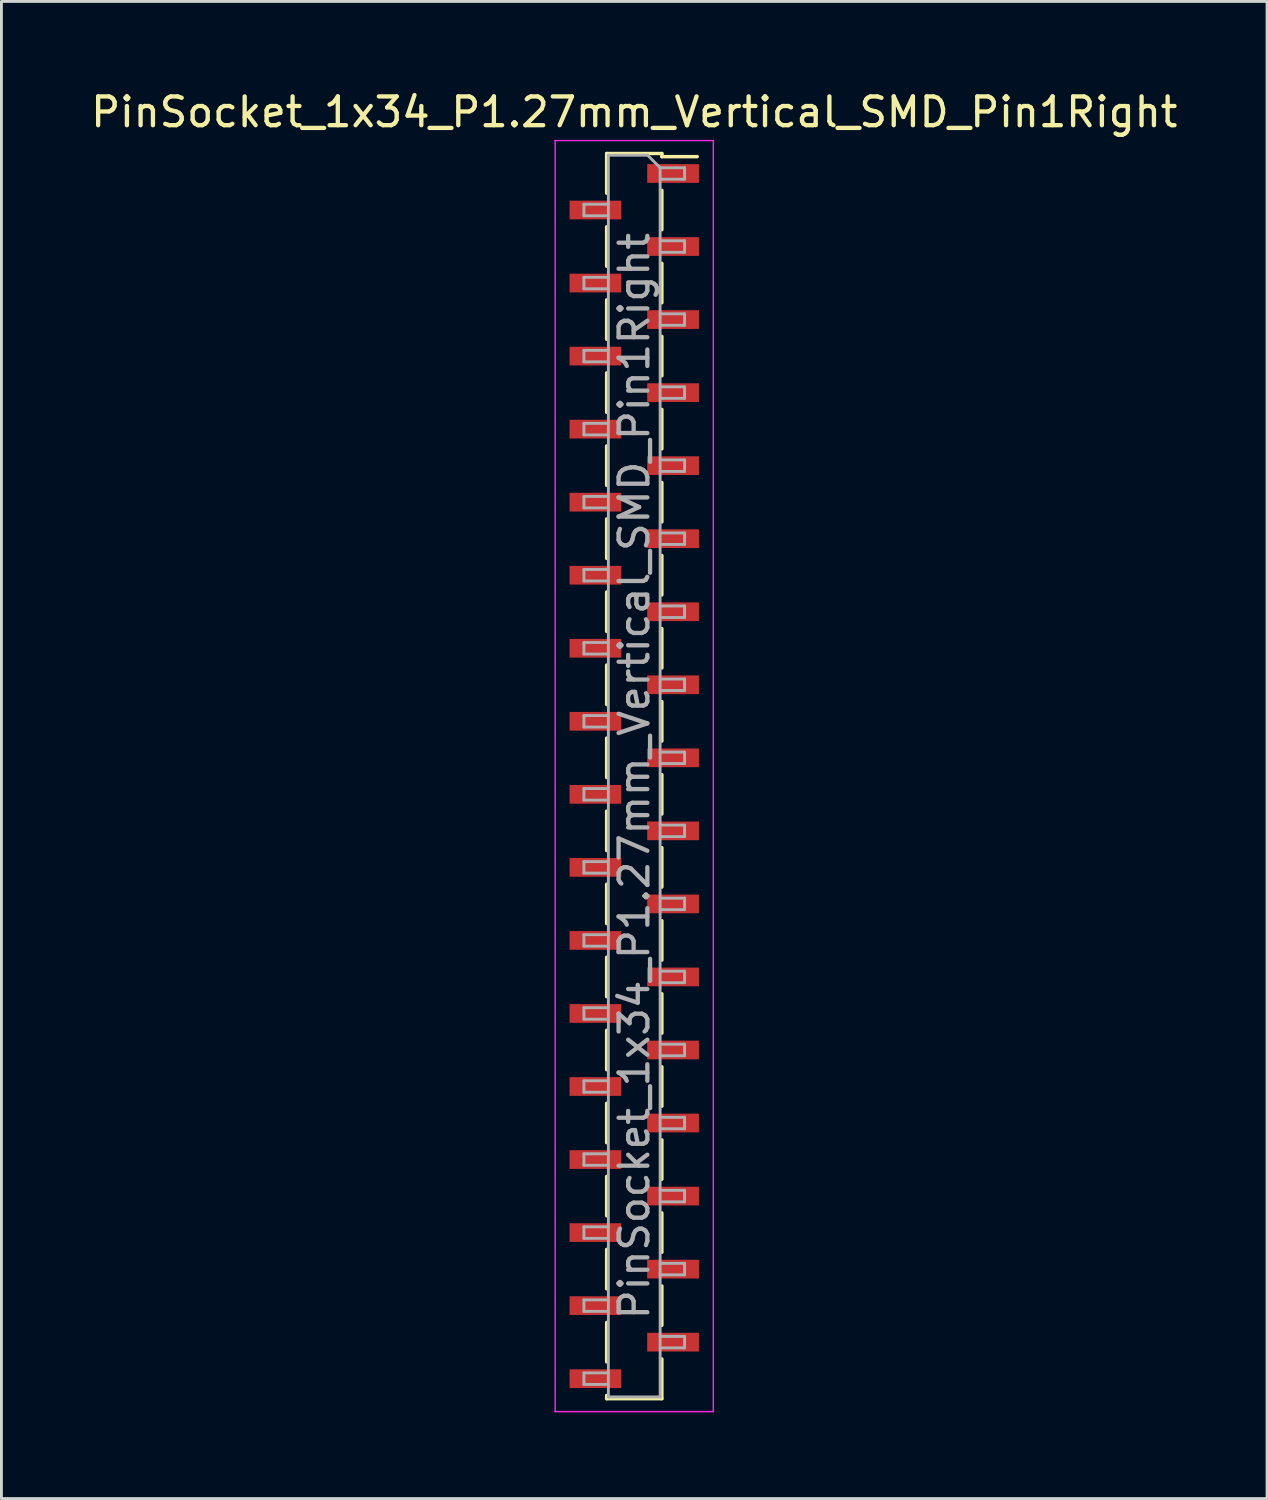
<source format=kicad_pcb>
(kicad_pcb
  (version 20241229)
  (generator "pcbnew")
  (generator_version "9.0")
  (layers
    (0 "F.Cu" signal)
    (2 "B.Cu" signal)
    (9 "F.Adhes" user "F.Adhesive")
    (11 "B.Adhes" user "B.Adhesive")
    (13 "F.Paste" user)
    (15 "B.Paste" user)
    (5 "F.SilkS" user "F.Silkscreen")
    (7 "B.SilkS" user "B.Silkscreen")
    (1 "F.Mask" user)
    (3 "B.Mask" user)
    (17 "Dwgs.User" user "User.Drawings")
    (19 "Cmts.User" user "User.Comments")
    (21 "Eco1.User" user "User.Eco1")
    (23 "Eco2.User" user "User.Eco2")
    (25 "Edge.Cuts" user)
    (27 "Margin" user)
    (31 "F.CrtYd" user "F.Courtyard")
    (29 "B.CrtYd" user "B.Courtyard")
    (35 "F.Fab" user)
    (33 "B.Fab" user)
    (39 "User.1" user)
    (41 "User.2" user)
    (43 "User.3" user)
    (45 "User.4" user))
  (footprint "PinSocket_1x34_P1.27mm_Vertical_SMD_Pin1Right"
    (layer "F.Cu")
    (at 19.006 23.938)
    (property "Reference" "PinSocket_1x34_P1.27mm_Vertical_SMD_Pin1Right" (at 0 -23.09 0) (layer "F.SilkS") (effects (font (size 1 1) (thickness 0.15))))
    (attr smd)
    (fp_line (start -0.96 -21.65) (end -0.96 -20.27) (stroke (width 0.12) (type solid)) (layer "F.SilkS"))
    (fp_line (start -0.96 -21.65) (end 0.96 -21.65) (stroke (width 0.12) (type solid)) (layer "F.SilkS"))
    (fp_line (start -0.96 -19.1) (end -0.96 -17.73) (stroke (width 0.12) (type solid)) (layer "F.SilkS"))
    (fp_line (start -0.96 -16.56) (end -0.96 -15.19) (stroke (width 0.12) (type solid)) (layer "F.SilkS"))
    (fp_line (start -0.96 -14.02) (end -0.96 -12.65) (stroke (width 0.12) (type solid)) (layer "F.SilkS"))
    (fp_line (start -0.96 -11.48) (end -0.96 -10.11) (stroke (width 0.12) (type solid)) (layer "F.SilkS"))
    (fp_line (start -0.96 -8.94) (end -0.96 -7.57) (stroke (width 0.12) (type solid)) (layer "F.SilkS"))
    (fp_line (start -0.96 -6.4) (end -0.96 -5.03) (stroke (width 0.12) (type solid)) (layer "F.SilkS"))
    (fp_line (start -0.96 -3.86) (end -0.96 -2.49) (stroke (width 0.12) (type solid)) (layer "F.SilkS"))
    (fp_line (start -0.96 -1.32) (end -0.96 0.05) (stroke (width 0.12) (type solid)) (layer "F.SilkS"))
    (fp_line (start -0.96 1.22) (end -0.96 2.59) (stroke (width 0.12) (type solid)) (layer "F.SilkS"))
    (fp_line (start -0.96 3.76) (end -0.96 5.13) (stroke (width 0.12) (type solid)) (layer "F.SilkS"))
    (fp_line (start -0.96 6.3) (end -0.96 7.67) (stroke (width 0.12) (type solid)) (layer "F.SilkS"))
    (fp_line (start -0.96 8.84) (end -0.96 10.21) (stroke (width 0.12) (type solid)) (layer "F.SilkS"))
    (fp_line (start -0.96 11.38) (end -0.96 12.75) (stroke (width 0.12) (type solid)) (layer "F.SilkS"))
    (fp_line (start -0.96 13.92) (end -0.96 15.29) (stroke (width 0.12) (type solid)) (layer "F.SilkS"))
    (fp_line (start -0.96 16.46) (end -0.96 17.83) (stroke (width 0.12) (type solid)) (layer "F.SilkS"))
    (fp_line (start -0.96 19) (end -0.96 20.37) (stroke (width 0.12) (type solid)) (layer "F.SilkS"))
    (fp_line (start -0.96 21.54) (end -0.96 21.65) (stroke (width 0.12) (type solid)) (layer "F.SilkS"))
    (fp_line (start -0.96 21.65) (end 0.96 21.65) (stroke (width 0.12) (type solid)) (layer "F.SilkS"))
    (fp_line (start 0.96 -21.65) (end 0.96 -21.54) (stroke (width 0.12) (type solid)) (layer "F.SilkS"))
    (fp_line (start 0.96 -21.54) (end 2.19 -21.54) (stroke (width 0.12) (type solid)) (layer "F.SilkS"))
    (fp_line (start 0.96 -20.37) (end 0.96 -19) (stroke (width 0.12) (type solid)) (layer "F.SilkS"))
    (fp_line (start 0.96 -17.83) (end 0.96 -16.46) (stroke (width 0.12) (type solid)) (layer "F.SilkS"))
    (fp_line (start 0.96 -15.29) (end 0.96 -13.92) (stroke (width 0.12) (type solid)) (layer "F.SilkS"))
    (fp_line (start 0.96 -12.75) (end 0.96 -11.38) (stroke (width 0.12) (type solid)) (layer "F.SilkS"))
    (fp_line (start 0.96 -10.21) (end 0.96 -8.84) (stroke (width 0.12) (type solid)) (layer "F.SilkS"))
    (fp_line (start 0.96 -7.67) (end 0.96 -6.3) (stroke (width 0.12) (type solid)) (layer "F.SilkS"))
    (fp_line (start 0.96 -5.13) (end 0.96 -3.76) (stroke (width 0.12) (type solid)) (layer "F.SilkS"))
    (fp_line (start 0.96 -2.59) (end 0.96 -1.22) (stroke (width 0.12) (type solid)) (layer "F.SilkS"))
    (fp_line (start 0.96 -0.05) (end 0.96 1.32) (stroke (width 0.12) (type solid)) (layer "F.SilkS"))
    (fp_line (start 0.96 2.49) (end 0.96 3.86) (stroke (width 0.12) (type solid)) (layer "F.SilkS"))
    (fp_line (start 0.96 5.03) (end 0.96 6.4) (stroke (width 0.12) (type solid)) (layer "F.SilkS"))
    (fp_line (start 0.96 7.57) (end 0.96 8.94) (stroke (width 0.12) (type solid)) (layer "F.SilkS"))
    (fp_line (start 0.96 10.11) (end 0.96 11.48) (stroke (width 0.12) (type solid)) (layer "F.SilkS"))
    (fp_line (start 0.96 12.65) (end 0.96 14.02) (stroke (width 0.12) (type solid)) (layer "F.SilkS"))
    (fp_line (start 0.96 15.19) (end 0.96 16.56) (stroke (width 0.12) (type solid)) (layer "F.SilkS"))
    (fp_line (start 0.96 17.73) (end 0.96 19.1) (stroke (width 0.12) (type solid)) (layer "F.SilkS"))
    (fp_line (start 0.96 20.27) (end 0.96 21.65) (stroke (width 0.12) (type solid)) (layer "F.SilkS"))
    (fp_line (start -2.75 -22.1) (end 2.75 -22.1) (stroke (width 0.05) (type solid)) (layer "F.CrtYd"))
    (fp_line (start -2.75 22.1) (end -2.75 -22.1) (stroke (width 0.05) (type solid)) (layer "F.CrtYd"))
    (fp_line (start 2.75 -22.1) (end 2.75 22.1) (stroke (width 0.05) (type solid)) (layer "F.CrtYd"))
    (fp_line (start 2.75 22.1) (end -2.75 22.1) (stroke (width 0.05) (type solid)) (layer "F.CrtYd"))
    (fp_line (start -1.75 -19.885) (end -0.9 -19.885) (stroke (width 0.1) (type solid)) (layer "F.Fab"))
    (fp_line (start -1.75 -19.485) (end -1.75 -19.885) (stroke (width 0.1) (type solid)) (layer "F.Fab"))
    (fp_line (start -1.75 -17.345) (end -0.9 -17.345) (stroke (width 0.1) (type solid)) (layer "F.Fab"))
    (fp_line (start -1.75 -16.945) (end -1.75 -17.345) (stroke (width 0.1) (type solid)) (layer "F.Fab"))
    (fp_line (start -1.75 -14.805) (end -0.9 -14.805) (stroke (width 0.1) (type solid)) (layer "F.Fab"))
    (fp_line (start -1.75 -14.405) (end -1.75 -14.805) (stroke (width 0.1) (type solid)) (layer "F.Fab"))
    (fp_line (start -1.75 -12.265) (end -0.9 -12.265) (stroke (width 0.1) (type solid)) (layer "F.Fab"))
    (fp_line (start -1.75 -11.865) (end -1.75 -12.265) (stroke (width 0.1) (type solid)) (layer "F.Fab"))
    (fp_line (start -1.75 -9.725) (end -0.9 -9.725) (stroke (width 0.1) (type solid)) (layer "F.Fab"))
    (fp_line (start -1.75 -9.325) (end -1.75 -9.725) (stroke (width 0.1) (type solid)) (layer "F.Fab"))
    (fp_line (start -1.75 -7.185) (end -0.9 -7.185) (stroke (width 0.1) (type solid)) (layer "F.Fab"))
    (fp_line (start -1.75 -6.785) (end -1.75 -7.185) (stroke (width 0.1) (type solid)) (layer "F.Fab"))
    (fp_line (start -1.75 -4.645) (end -0.9 -4.645) (stroke (width 0.1) (type solid)) (layer "F.Fab"))
    (fp_line (start -1.75 -4.245) (end -1.75 -4.645) (stroke (width 0.1) (type solid)) (layer "F.Fab"))
    (fp_line (start -1.75 -2.105) (end -0.9 -2.105) (stroke (width 0.1) (type solid)) (layer "F.Fab"))
    (fp_line (start -1.75 -1.705) (end -1.75 -2.105) (stroke (width 0.1) (type solid)) (layer "F.Fab"))
    (fp_line (start -1.75 0.435) (end -0.9 0.435) (stroke (width 0.1) (type solid)) (layer "F.Fab"))
    (fp_line (start -1.75 0.835) (end -1.75 0.435) (stroke (width 0.1) (type solid)) (layer "F.Fab"))
    (fp_line (start -1.75 2.975) (end -0.9 2.975) (stroke (width 0.1) (type solid)) (layer "F.Fab"))
    (fp_line (start -1.75 3.375) (end -1.75 2.975) (stroke (width 0.1) (type solid)) (layer "F.Fab"))
    (fp_line (start -1.75 5.515) (end -0.9 5.515) (stroke (width 0.1) (type solid)) (layer "F.Fab"))
    (fp_line (start -1.75 5.915) (end -1.75 5.515) (stroke (width 0.1) (type solid)) (layer "F.Fab"))
    (fp_line (start -1.75 8.055) (end -0.9 8.055) (stroke (width 0.1) (type solid)) (layer "F.Fab"))
    (fp_line (start -1.75 8.455) (end -1.75 8.055) (stroke (width 0.1) (type solid)) (layer "F.Fab"))
    (fp_line (start -1.75 10.595) (end -0.9 10.595) (stroke (width 0.1) (type solid)) (layer "F.Fab"))
    (fp_line (start -1.75 10.995) (end -1.75 10.595) (stroke (width 0.1) (type solid)) (layer "F.Fab"))
    (fp_line (start -1.75 13.135) (end -0.9 13.135) (stroke (width 0.1) (type solid)) (layer "F.Fab"))
    (fp_line (start -1.75 13.535) (end -1.75 13.135) (stroke (width 0.1) (type solid)) (layer "F.Fab"))
    (fp_line (start -1.75 15.675) (end -0.9 15.675) (stroke (width 0.1) (type solid)) (layer "F.Fab"))
    (fp_line (start -1.75 16.075) (end -1.75 15.675) (stroke (width 0.1) (type solid)) (layer "F.Fab"))
    (fp_line (start -1.75 18.215) (end -0.9 18.215) (stroke (width 0.1) (type solid)) (layer "F.Fab"))
    (fp_line (start -1.75 18.615) (end -1.75 18.215) (stroke (width 0.1) (type solid)) (layer "F.Fab"))
    (fp_line (start -1.75 20.755) (end -0.9 20.755) (stroke (width 0.1) (type solid)) (layer "F.Fab"))
    (fp_line (start -1.75 21.155) (end -1.75 20.755) (stroke (width 0.1) (type solid)) (layer "F.Fab"))
    (fp_line (start -0.9 -21.59) (end 0.465 -21.59) (stroke (width 0.1) (type solid)) (layer "F.Fab"))
    (fp_line (start -0.9 -19.485) (end -1.75 -19.485) (stroke (width 0.1) (type solid)) (layer "F.Fab"))
    (fp_line (start -0.9 -16.945) (end -1.75 -16.945) (stroke (width 0.1) (type solid)) (layer "F.Fab"))
    (fp_line (start -0.9 -14.405) (end -1.75 -14.405) (stroke (width 0.1) (type solid)) (layer "F.Fab"))
    (fp_line (start -0.9 -11.865) (end -1.75 -11.865) (stroke (width 0.1) (type solid)) (layer "F.Fab"))
    (fp_line (start -0.9 -9.325) (end -1.75 -9.325) (stroke (width 0.1) (type solid)) (layer "F.Fab"))
    (fp_line (start -0.9 -6.785) (end -1.75 -6.785) (stroke (width 0.1) (type solid)) (layer "F.Fab"))
    (fp_line (start -0.9 -4.245) (end -1.75 -4.245) (stroke (width 0.1) (type solid)) (layer "F.Fab"))
    (fp_line (start -0.9 -1.705) (end -1.75 -1.705) (stroke (width 0.1) (type solid)) (layer "F.Fab"))
    (fp_line (start -0.9 0.835) (end -1.75 0.835) (stroke (width 0.1) (type solid)) (layer "F.Fab"))
    (fp_line (start -0.9 3.375) (end -1.75 3.375) (stroke (width 0.1) (type solid)) (layer "F.Fab"))
    (fp_line (start -0.9 5.915) (end -1.75 5.915) (stroke (width 0.1) (type solid)) (layer "F.Fab"))
    (fp_line (start -0.9 8.455) (end -1.75 8.455) (stroke (width 0.1) (type solid)) (layer "F.Fab"))
    (fp_line (start -0.9 10.995) (end -1.75 10.995) (stroke (width 0.1) (type solid)) (layer "F.Fab"))
    (fp_line (start -0.9 13.535) (end -1.75 13.535) (stroke (width 0.1) (type solid)) (layer "F.Fab"))
    (fp_line (start -0.9 16.075) (end -1.75 16.075) (stroke (width 0.1) (type solid)) (layer "F.Fab"))
    (fp_line (start -0.9 18.615) (end -1.75 18.615) (stroke (width 0.1) (type solid)) (layer "F.Fab"))
    (fp_line (start -0.9 21.155) (end -1.75 21.155) (stroke (width 0.1) (type solid)) (layer "F.Fab"))
    (fp_line (start -0.9 21.59) (end -0.9 -21.59) (stroke (width 0.1) (type solid)) (layer "F.Fab"))
    (fp_line (start 0.465 -21.59) (end 0.9 -21.155) (stroke (width 0.1) (type solid)) (layer "F.Fab"))
    (fp_line (start 0.9 -21.155) (end 0.9 21.59) (stroke (width 0.1) (type solid)) (layer "F.Fab"))
    (fp_line (start 0.9 -21.155) (end 1.75 -21.155) (stroke (width 0.1) (type solid)) (layer "F.Fab"))
    (fp_line (start 0.9 -18.615) (end 1.75 -18.615) (stroke (width 0.1) (type solid)) (layer "F.Fab"))
    (fp_line (start 0.9 -16.075) (end 1.75 -16.075) (stroke (width 0.1) (type solid)) (layer "F.Fab"))
    (fp_line (start 0.9 -13.535) (end 1.75 -13.535) (stroke (width 0.1) (type solid)) (layer "F.Fab"))
    (fp_line (start 0.9 -10.995) (end 1.75 -10.995) (stroke (width 0.1) (type solid)) (layer "F.Fab"))
    (fp_line (start 0.9 -8.455) (end 1.75 -8.455) (stroke (width 0.1) (type solid)) (layer "F.Fab"))
    (fp_line (start 0.9 -5.915) (end 1.75 -5.915) (stroke (width 0.1) (type solid)) (layer "F.Fab"))
    (fp_line (start 0.9 -3.375) (end 1.75 -3.375) (stroke (width 0.1) (type solid)) (layer "F.Fab"))
    (fp_line (start 0.9 -0.835) (end 1.75 -0.835) (stroke (width 0.1) (type solid)) (layer "F.Fab"))
    (fp_line (start 0.9 1.705) (end 1.75 1.705) (stroke (width 0.1) (type solid)) (layer "F.Fab"))
    (fp_line (start 0.9 4.245) (end 1.75 4.245) (stroke (width 0.1) (type solid)) (layer "F.Fab"))
    (fp_line (start 0.9 6.785) (end 1.75 6.785) (stroke (width 0.1) (type solid)) (layer "F.Fab"))
    (fp_line (start 0.9 9.325) (end 1.75 9.325) (stroke (width 0.1) (type solid)) (layer "F.Fab"))
    (fp_line (start 0.9 11.865) (end 1.75 11.865) (stroke (width 0.1) (type solid)) (layer "F.Fab"))
    (fp_line (start 0.9 14.405) (end 1.75 14.405) (stroke (width 0.1) (type solid)) (layer "F.Fab"))
    (fp_line (start 0.9 16.945) (end 1.75 16.945) (stroke (width 0.1) (type solid)) (layer "F.Fab"))
    (fp_line (start 0.9 19.485) (end 1.75 19.485) (stroke (width 0.1) (type solid)) (layer "F.Fab"))
    (fp_line (start 0.9 21.59) (end -0.9 21.59) (stroke (width 0.1) (type solid)) (layer "F.Fab"))
    (fp_line (start 1.75 -21.155) (end 1.75 -20.755) (stroke (width 0.1) (type solid)) (layer "F.Fab"))
    (fp_line (start 1.75 -20.755) (end 0.9 -20.755) (stroke (width 0.1) (type solid)) (layer "F.Fab"))
    (fp_line (start 1.75 -18.615) (end 1.75 -18.215) (stroke (width 0.1) (type solid)) (layer "F.Fab"))
    (fp_line (start 1.75 -18.215) (end 0.9 -18.215) (stroke (width 0.1) (type solid)) (layer "F.Fab"))
    (fp_line (start 1.75 -16.075) (end 1.75 -15.675) (stroke (width 0.1) (type solid)) (layer "F.Fab"))
    (fp_line (start 1.75 -15.675) (end 0.9 -15.675) (stroke (width 0.1) (type solid)) (layer "F.Fab"))
    (fp_line (start 1.75 -13.535) (end 1.75 -13.135) (stroke (width 0.1) (type solid)) (layer "F.Fab"))
    (fp_line (start 1.75 -13.135) (end 0.9 -13.135) (stroke (width 0.1) (type solid)) (layer "F.Fab"))
    (fp_line (start 1.75 -10.995) (end 1.75 -10.595) (stroke (width 0.1) (type solid)) (layer "F.Fab"))
    (fp_line (start 1.75 -10.595) (end 0.9 -10.595) (stroke (width 0.1) (type solid)) (layer "F.Fab"))
    (fp_line (start 1.75 -8.455) (end 1.75 -8.055) (stroke (width 0.1) (type solid)) (layer "F.Fab"))
    (fp_line (start 1.75 -8.055) (end 0.9 -8.055) (stroke (width 0.1) (type solid)) (layer "F.Fab"))
    (fp_line (start 1.75 -5.915) (end 1.75 -5.515) (stroke (width 0.1) (type solid)) (layer "F.Fab"))
    (fp_line (start 1.75 -5.515) (end 0.9 -5.515) (stroke (width 0.1) (type solid)) (layer "F.Fab"))
    (fp_line (start 1.75 -3.375) (end 1.75 -2.975) (stroke (width 0.1) (type solid)) (layer "F.Fab"))
    (fp_line (start 1.75 -2.975) (end 0.9 -2.975) (stroke (width 0.1) (type solid)) (layer "F.Fab"))
    (fp_line (start 1.75 -0.835) (end 1.75 -0.435) (stroke (width 0.1) (type solid)) (layer "F.Fab"))
    (fp_line (start 1.75 -0.435) (end 0.9 -0.435) (stroke (width 0.1) (type solid)) (layer "F.Fab"))
    (fp_line (start 1.75 1.705) (end 1.75 2.105) (stroke (width 0.1) (type solid)) (layer "F.Fab"))
    (fp_line (start 1.75 2.105) (end 0.9 2.105) (stroke (width 0.1) (type solid)) (layer "F.Fab"))
    (fp_line (start 1.75 4.245) (end 1.75 4.645) (stroke (width 0.1) (type solid)) (layer "F.Fab"))
    (fp_line (start 1.75 4.645) (end 0.9 4.645) (stroke (width 0.1) (type solid)) (layer "F.Fab"))
    (fp_line (start 1.75 6.785) (end 1.75 7.185) (stroke (width 0.1) (type solid)) (layer "F.Fab"))
    (fp_line (start 1.75 7.185) (end 0.9 7.185) (stroke (width 0.1) (type solid)) (layer "F.Fab"))
    (fp_line (start 1.75 9.325) (end 1.75 9.725) (stroke (width 0.1) (type solid)) (layer "F.Fab"))
    (fp_line (start 1.75 9.725) (end 0.9 9.725) (stroke (width 0.1) (type solid)) (layer "F.Fab"))
    (fp_line (start 1.75 11.865) (end 1.75 12.265) (stroke (width 0.1) (type solid)) (layer "F.Fab"))
    (fp_line (start 1.75 12.265) (end 0.9 12.265) (stroke (width 0.1) (type solid)) (layer "F.Fab"))
    (fp_line (start 1.75 14.405) (end 1.75 14.805) (stroke (width 0.1) (type solid)) (layer "F.Fab"))
    (fp_line (start 1.75 14.805) (end 0.9 14.805) (stroke (width 0.1) (type solid)) (layer "F.Fab"))
    (fp_line (start 1.75 16.945) (end 1.75 17.345) (stroke (width 0.1) (type solid)) (layer "F.Fab"))
    (fp_line (start 1.75 17.345) (end 0.9 17.345) (stroke (width 0.1) (type solid)) (layer "F.Fab"))
    (fp_line (start 1.75 19.485) (end 1.75 19.885) (stroke (width 0.1) (type solid)) (layer "F.Fab"))
    (fp_line (start 1.75 19.885) (end 0.9 19.885) (stroke (width 0.1) (type solid)) (layer "F.Fab"))
    (fp_text user "${REFERENCE}" (at 0 0 90) (layer "F.Fab") (effects (font (size 1 1) (thickness 0.15))))
    (pad "1" smd rect (at 1.35 -20.955) (size 1.8 0.65) (layers "F.Cu" "F.Mask" "F.Paste"))
    (pad "2" smd rect (at -1.35 -19.685) (size 1.8 0.65) (layers "F.Cu" "F.Mask" "F.Paste"))
    (pad "3" smd rect (at 1.35 -18.415) (size 1.8 0.65) (layers "F.Cu" "F.Mask" "F.Paste"))
    (pad "4" smd rect (at -1.35 -17.145) (size 1.8 0.65) (layers "F.Cu" "F.Mask" "F.Paste"))
    (pad "5" smd rect (at 1.35 -15.875) (size 1.8 0.65) (layers "F.Cu" "F.Mask" "F.Paste"))
    (pad "6" smd rect (at -1.35 -14.605) (size 1.8 0.65) (layers "F.Cu" "F.Mask" "F.Paste"))
    (pad "7" smd rect (at 1.35 -13.335) (size 1.8 0.65) (layers "F.Cu" "F.Mask" "F.Paste"))
    (pad "8" smd rect (at -1.35 -12.065) (size 1.8 0.65) (layers "F.Cu" "F.Mask" "F.Paste"))
    (pad "9" smd rect (at 1.35 -10.795) (size 1.8 0.65) (layers "F.Cu" "F.Mask" "F.Paste"))
    (pad "10" smd rect (at -1.35 -9.525) (size 1.8 0.65) (layers "F.Cu" "F.Mask" "F.Paste"))
    (pad "11" smd rect (at 1.35 -8.255) (size 1.8 0.65) (layers "F.Cu" "F.Mask" "F.Paste"))
    (pad "12" smd rect (at -1.35 -6.985) (size 1.8 0.65) (layers "F.Cu" "F.Mask" "F.Paste"))
    (pad "13" smd rect (at 1.35 -5.715) (size 1.8 0.65) (layers "F.Cu" "F.Mask" "F.Paste"))
    (pad "14" smd rect (at -1.35 -4.445) (size 1.8 0.65) (layers "F.Cu" "F.Mask" "F.Paste"))
    (pad "15" smd rect (at 1.35 -3.175) (size 1.8 0.65) (layers "F.Cu" "F.Mask" "F.Paste"))
    (pad "16" smd rect (at -1.35 -1.905) (size 1.8 0.65) (layers "F.Cu" "F.Mask" "F.Paste"))
    (pad "17" smd rect (at 1.35 -0.635) (size 1.8 0.65) (layers "F.Cu" "F.Mask" "F.Paste"))
    (pad "18" smd rect (at -1.35 0.635) (size 1.8 0.65) (layers "F.Cu" "F.Mask" "F.Paste"))
    (pad "19" smd rect (at 1.35 1.905) (size 1.8 0.65) (layers "F.Cu" "F.Mask" "F.Paste"))
    (pad "20" smd rect (at -1.35 3.175) (size 1.8 0.65) (layers "F.Cu" "F.Mask" "F.Paste"))
    (pad "21" smd rect (at 1.35 4.445) (size 1.8 0.65) (layers "F.Cu" "F.Mask" "F.Paste"))
    (pad "22" smd rect (at -1.35 5.715) (size 1.8 0.65) (layers "F.Cu" "F.Mask" "F.Paste"))
    (pad "23" smd rect (at 1.35 6.985) (size 1.8 0.65) (layers "F.Cu" "F.Mask" "F.Paste"))
    (pad "24" smd rect (at -1.35 8.255) (size 1.8 0.65) (layers "F.Cu" "F.Mask" "F.Paste"))
    (pad "25" smd rect (at 1.35 9.525) (size 1.8 0.65) (layers "F.Cu" "F.Mask" "F.Paste"))
    (pad "26" smd rect (at -1.35 10.795) (size 1.8 0.65) (layers "F.Cu" "F.Mask" "F.Paste"))
    (pad "27" smd rect (at 1.35 12.065) (size 1.8 0.65) (layers "F.Cu" "F.Mask" "F.Paste"))
    (pad "28" smd rect (at -1.35 13.335) (size 1.8 0.65) (layers "F.Cu" "F.Mask" "F.Paste"))
    (pad "29" smd rect (at 1.35 14.605) (size 1.8 0.65) (layers "F.Cu" "F.Mask" "F.Paste"))
    (pad "30" smd rect (at -1.35 15.875) (size 1.8 0.65) (layers "F.Cu" "F.Mask" "F.Paste"))
    (pad "31" smd rect (at 1.35 17.145) (size 1.8 0.65) (layers "F.Cu" "F.Mask" "F.Paste"))
    (pad "32" smd rect (at -1.35 18.415) (size 1.8 0.65) (layers "F.Cu" "F.Mask" "F.Paste"))
    (pad "33" smd rect (at 1.35 19.685) (size 1.8 0.65) (layers "F.Cu" "F.Mask" "F.Paste"))
    (pad "34" smd rect (at -1.35 20.955) (size 1.8 0.65) (layers "F.Cu" "F.Mask" "F.Paste")))
  (gr_rect
    (start -3 -3)
    (end 41.012 49.063)
    (stroke (width 0.1) (type default))
    (fill no)
    (layer "Edge.Cuts")))
</source>
